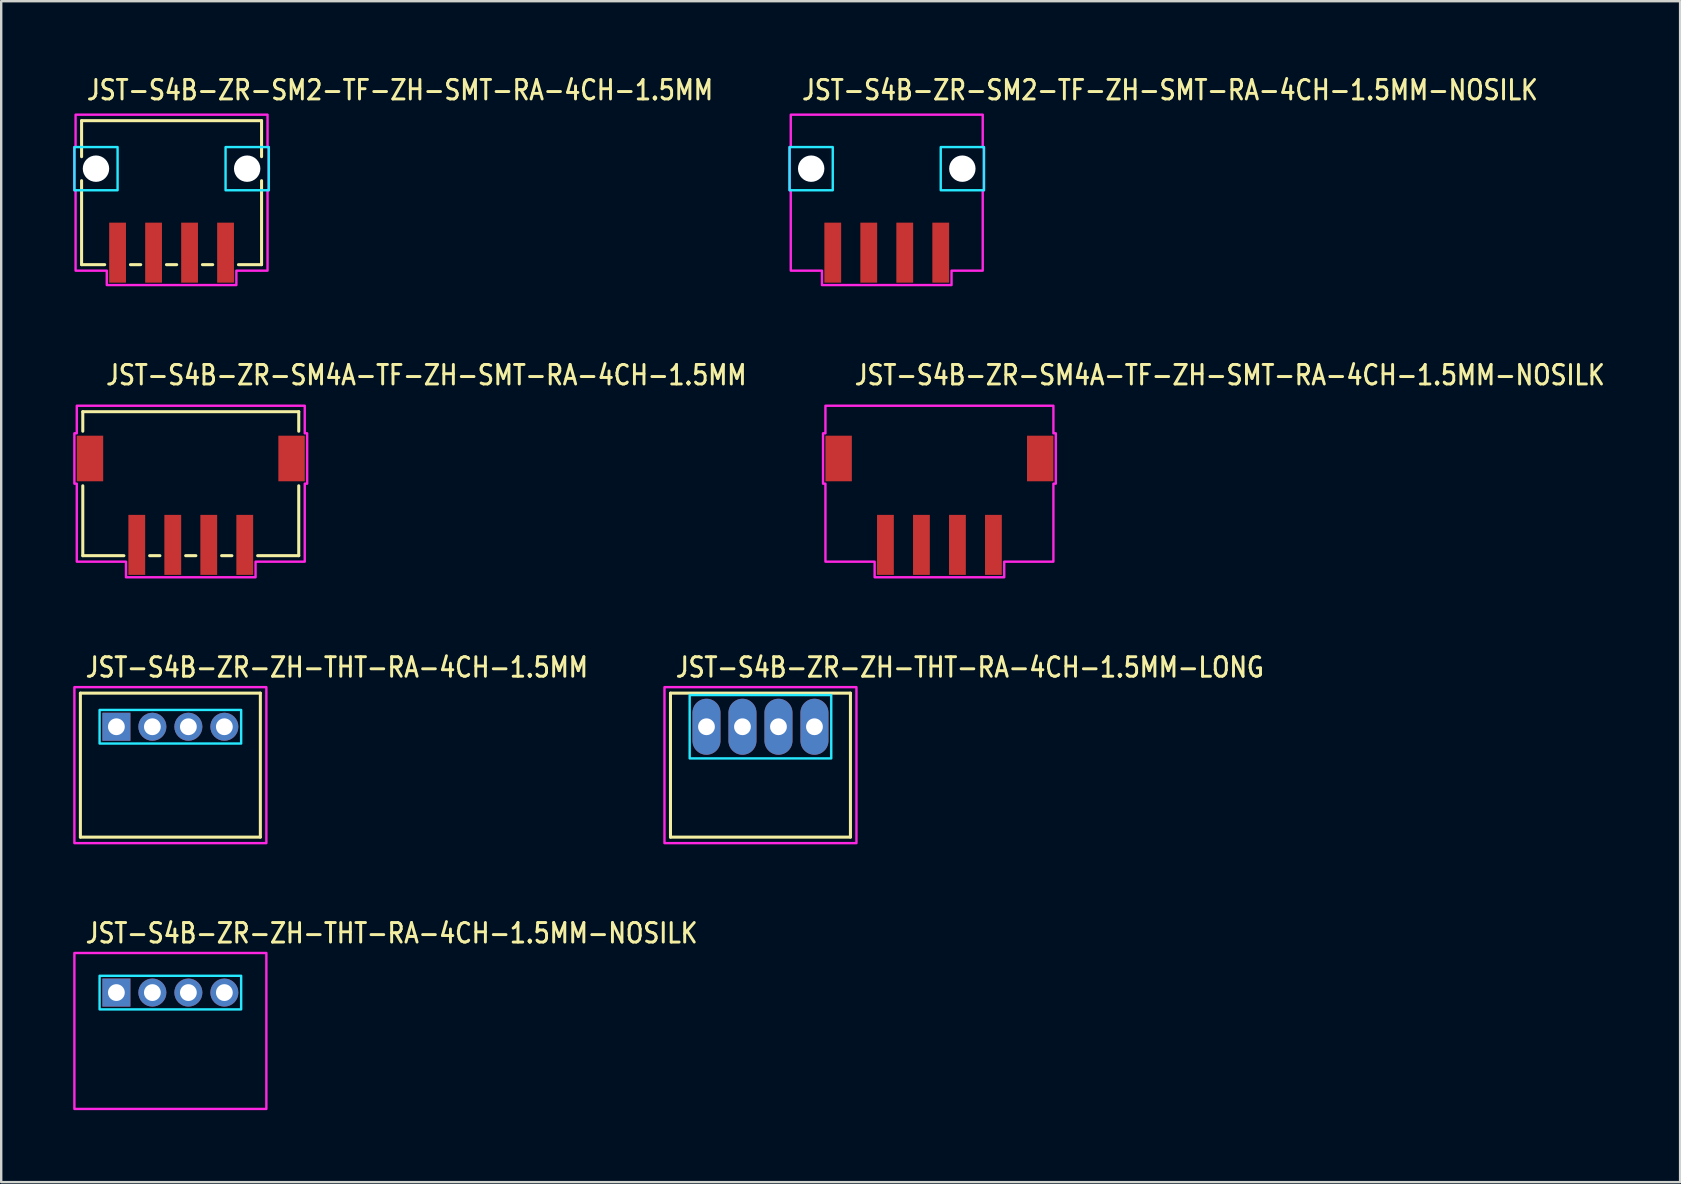
<source format=kicad_pcb>
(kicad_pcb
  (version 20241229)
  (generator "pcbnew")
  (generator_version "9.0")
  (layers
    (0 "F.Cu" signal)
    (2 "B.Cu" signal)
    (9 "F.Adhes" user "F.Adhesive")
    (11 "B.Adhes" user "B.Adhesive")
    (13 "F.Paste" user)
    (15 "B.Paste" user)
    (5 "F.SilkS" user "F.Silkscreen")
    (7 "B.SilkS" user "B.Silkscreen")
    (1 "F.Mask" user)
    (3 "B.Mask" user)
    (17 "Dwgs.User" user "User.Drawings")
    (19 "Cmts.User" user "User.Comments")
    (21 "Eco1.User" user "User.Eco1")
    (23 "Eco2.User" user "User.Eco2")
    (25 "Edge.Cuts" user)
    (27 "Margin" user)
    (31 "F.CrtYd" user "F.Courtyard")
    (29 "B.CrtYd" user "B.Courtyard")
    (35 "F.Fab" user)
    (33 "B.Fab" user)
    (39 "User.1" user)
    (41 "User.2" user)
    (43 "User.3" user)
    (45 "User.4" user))
  (footprint "JST-S4B-ZR-SM4A-TF-ZH-SMT-RA-4CH-1.5MM"
    (layer "F.Cu")
    (at 4.9 16.057)
    (property "Reference" "JST-S4B-ZR-SM4A-TF-ZH-SMT-RA-4CH-1.5MM" (at -3.6 -3 0) (unlocked yes) (layer "F.SilkS") (effects (font (size 0.813 0.695) (thickness 0.122)) (justify left bottom)))
    (fp_line (start -4.5 -1.95) (end -4.5 -1.137) (stroke (width 0.127) (type solid)) (layer "F.SilkS"))
    (fp_line (start -4.5 -1.95) (end 4.5 -1.95) (stroke (width 0.127) (type solid)) (layer "F.SilkS"))
    (fp_line (start -4.5 4.05) (end -4.5 1.137) (stroke (width 0.127) (type solid)) (layer "F.SilkS"))
    (fp_line (start -4.5 4.05) (end -2.787 4.05) (stroke (width 0.127) (type solid)) (layer "F.SilkS"))
    (fp_line (start -1.714 4.05) (end -1.286 4.05) (stroke (width 0.127) (type solid)) (layer "F.SilkS"))
    (fp_line (start -0.213 4.05) (end 0.213 4.05) (stroke (width 0.127) (type solid)) (layer "F.SilkS"))
    (fp_line (start 1.286 4.05) (end 1.714 4.05) (stroke (width 0.127) (type solid)) (layer "F.SilkS"))
    (fp_line (start 2.787 4.05) (end 4.5 4.05) (stroke (width 0.127) (type solid)) (layer "F.SilkS"))
    (fp_line (start 4.5 -1.137) (end 4.5 -1.95) (stroke (width 0.127) (type solid)) (layer "F.SilkS"))
    (fp_line (start 4.5 1.137) (end 4.5 4.05) (stroke (width 0.127) (type solid)) (layer "F.SilkS"))
    (fp_poly (pts (xy -4.75 -2.2) (xy -4.75 -1.05) (xy -4.85 -1.05) (xy -4.85 1.05) (xy -4.75 1.05) (xy -4.75 4.3) (xy -2.7 4.3) (xy -2.7 4.95) (xy 2.7 4.95) (xy 2.7 4.3) (xy 4.75 4.3) (xy 4.75 1.05) (xy 4.85 1.05) (xy 4.85 -1.05) (xy 4.75 -1.05) (xy 4.75 -2.2)) (stroke (width 0.1) (type solid)) (fill no) (layer "F.CrtYd"))
    (pad "P$1" smd rect (at 2.25 3.6) (size 0.7 2.5) (layers "F.Cu" "F.Mask" "F.Paste"))
    (pad "P$2" smd rect (at 0.75 3.6) (size 0.7 2.5) (layers "F.Cu" "F.Mask" "F.Paste"))
    (pad "P$3" smd rect (at -0.75 3.6) (size 0.7 2.5) (layers "F.Cu" "F.Mask" "F.Paste"))
    (pad "P$4" smd rect (at -2.25 3.6) (size 0.7 2.5) (layers "F.Cu" "F.Mask" "F.Paste"))
    (pad "S$1" smd rect (at -4.2 0) (size 1.1 1.9) (layers "F.Cu" "F.Mask" "F.Paste"))
    (pad "S$2" smd rect (at 4.2 0) (size 1.1 1.9) (layers "F.Cu" "F.Mask" "F.Paste")))
  (footprint "JST-S4B-ZR-ZH-THT-RA-4CH-1.5MM"
    (layer "F.Cu")
    (at 4.05 27.236)
    (property "Reference" "JST-S4B-ZR-ZH-THT-RA-4CH-1.5MM" (at -3.6 -2 0) (unlocked yes) (layer "F.SilkS") (effects (font (size 0.813 0.695) (thickness 0.122)) (justify left bottom)))
    (fp_line (start -3.75 -1.4) (end 3.75 -1.4) (stroke (width 0.127) (type solid)) (layer "F.SilkS"))
    (fp_line (start -3.75 4.6) (end -3.75 -1.4) (stroke (width 0.127) (type solid)) (layer "F.SilkS"))
    (fp_line (start -3.75 4.6) (end 3.75 4.6) (stroke (width 0.127) (type solid)) (layer "F.SilkS"))
    (fp_line (start 3.75 -1.4) (end 3.75 4.6) (stroke (width 0.127) (type solid)) (layer "F.SilkS"))
    (fp_poly (pts (xy -2.95 -0.7) (xy -2.95 0.7) (xy 2.95 0.7) (xy 2.95 -0.7)) (stroke (width 0.1) (type solid)) (fill no) (layer "B.CrtYd"))
    (fp_poly (pts (xy -4 -1.65) (xy -4 4.85) (xy 4 4.85) (xy 4 -1.65)) (stroke (width 0.1) (type solid)) (fill no) (layer "F.CrtYd"))
    (pad "P$1" thru_hole rect (at -2.25 0) (size 1.167 1.167) (drill 0.7) (layers "*.Cu" "*.Mask"))
    (pad "P$2" thru_hole oval (at -0.75 0) (size 1.167 1.167) (drill 0.7) (layers "*.Cu" "*.Mask"))
    (pad "P$3" thru_hole oval (at 0.75 0) (size 1.167 1.167) (drill 0.7) (layers "*.Cu" "*.Mask"))
    (pad "P$4" thru_hole oval (at 2.25 0) (size 1.167 1.167) (drill 0.7) (layers "*.Cu" "*.Mask")))
  (footprint "JST-S4B-ZR-SM2-TF-ZH-SMT-RA-4CH-1.5MM-NOSILK"
    (layer "F.Cu")
    (at 33.904 3.979)
    (property "Reference" "JST-S4B-ZR-SM2-TF-ZH-SMT-RA-4CH-1.5MM-NOSILK" (at -3.6 -2.8 0) (unlocked yes) (layer "F.SilkS") (effects (font (size 0.813 0.695) (thickness 0.122)) (justify left bottom)))
    (fp_poly (pts (xy -4.05 -0.9) (xy -4.05 0.9) (xy -2.25 0.9) (xy -2.25 -0.9)) (stroke (width 0.1) (type solid)) (fill no) (layer "B.CrtYd"))
    (fp_poly (pts (xy 4.05 -0.9) (xy 4.05 0.9) (xy 2.25 0.9) (xy 2.25 -0.9)) (stroke (width 0.1) (type solid)) (fill no) (layer "B.CrtYd"))
    (fp_poly (pts (xy -4 -2.25) (xy -4 -0.9) (xy -4.05 -0.9) (xy -4.05 0.9) (xy -4 0.9) (xy -4 4.25) (xy -2.7 4.25) (xy -2.7 4.85) (xy 2.7 4.85) (xy 2.7 4.25) (xy 4 4.25) (xy 4 0.9) (xy 4.05 0.9) (xy 4.05 -0.9) (xy 4 -0.9) (xy 4 -2.25)) (stroke (width 0.1) (type solid)) (fill no) (layer "F.CrtYd"))
    (pad "" np_thru_hole circle (at -3.15 0) (size 1.1 1.1) (drill 1.1) (layers "*.Cu" "*.Mask"))
    (pad "" np_thru_hole circle (at 3.15 0) (size 1.1 1.1) (drill 1.1) (layers "*.Cu" "*.Mask"))
    (pad "P$1" smd rect (at 2.25 3.5) (size 0.7 2.5) (layers "F.Cu" "F.Mask" "F.Paste"))
    (pad "P$2" smd rect (at 0.75 3.5) (size 0.7 2.5) (layers "F.Cu" "F.Mask" "F.Paste"))
    (pad "P$3" smd rect (at -0.75 3.5) (size 0.7 2.5) (layers "F.Cu" "F.Mask" "F.Paste"))
    (pad "P$4" smd rect (at -2.25 3.5) (size 0.7 2.5) (layers "F.Cu" "F.Mask" "F.Paste")))
  (footprint "JST-S4B-ZR-SM4A-TF-ZH-SMT-RA-4CH-1.5MM-NOSILK"
    (layer "F.Cu")
    (at 36.099 16.057)
    (property "Reference" "JST-S4B-ZR-SM4A-TF-ZH-SMT-RA-4CH-1.5MM-NOSILK" (at -3.6 -3 0) (unlocked yes) (layer "F.SilkS") (effects (font (size 0.813 0.695) (thickness 0.122)) (justify left bottom)))
    (fp_poly (pts (xy -4.75 -2.2) (xy -4.75 -1.05) (xy -4.85 -1.05) (xy -4.85 1.05) (xy -4.75 1.05) (xy -4.75 4.3) (xy -2.7 4.3) (xy -2.7 4.95) (xy 2.7 4.95) (xy 2.7 4.3) (xy 4.75 4.3) (xy 4.75 1.05) (xy 4.85 1.05) (xy 4.85 -1.05) (xy 4.75 -1.05) (xy 4.75 -2.2)) (stroke (width 0.1) (type solid)) (fill no) (layer "F.CrtYd"))
    (pad "P$1" smd rect (at 2.25 3.6) (size 0.7 2.5) (layers "F.Cu" "F.Mask" "F.Paste"))
    (pad "P$2" smd rect (at 0.75 3.6) (size 0.7 2.5) (layers "F.Cu" "F.Mask" "F.Paste"))
    (pad "P$3" smd rect (at -0.75 3.6) (size 0.7 2.5) (layers "F.Cu" "F.Mask" "F.Paste"))
    (pad "P$4" smd rect (at -2.25 3.6) (size 0.7 2.5) (layers "F.Cu" "F.Mask" "F.Paste"))
    (pad "S$1" smd rect (at -4.2 0) (size 1.1 1.9) (layers "F.Cu" "F.Mask" "F.Paste"))
    (pad "S$2" smd rect (at 4.2 0) (size 1.1 1.9) (layers "F.Cu" "F.Mask" "F.Paste")))
  (footprint "JST-S4B-ZR-SM2-TF-ZH-SMT-RA-4CH-1.5MM"
    (layer "F.Cu")
    (at 4.1 3.979)
    (property "Reference" "JST-S4B-ZR-SM2-TF-ZH-SMT-RA-4CH-1.5MM" (at -3.6 -2.8 0) (unlocked yes) (layer "F.SilkS") (effects (font (size 0.813 0.695) (thickness 0.122)) (justify left bottom)))
    (fp_line (start -3.75 -2) (end -3.75 -0.5) (stroke (width 0.127) (type solid)) (layer "F.SilkS"))
    (fp_line (start -3.75 -2) (end 3.75 -2) (stroke (width 0.127) (type solid)) (layer "F.SilkS"))
    (fp_line (start -3.75 4) (end -3.75 0.5) (stroke (width 0.127) (type solid)) (layer "F.SilkS"))
    (fp_line (start -3.75 4) (end -2.787 4) (stroke (width 0.127) (type solid)) (layer "F.SilkS"))
    (fp_line (start -1.714 4) (end -1.286 4) (stroke (width 0.127) (type solid)) (layer "F.SilkS"))
    (fp_line (start -0.213 4) (end 0.213 4) (stroke (width 0.127) (type solid)) (layer "F.SilkS"))
    (fp_line (start 1.286 4) (end 1.714 4) (stroke (width 0.127) (type solid)) (layer "F.SilkS"))
    (fp_line (start 2.787 4) (end 3.75 4) (stroke (width 0.127) (type solid)) (layer "F.SilkS"))
    (fp_line (start 3.75 -0.5) (end 3.75 -2) (stroke (width 0.127) (type solid)) (layer "F.SilkS"))
    (fp_line (start 3.75 0.5) (end 3.75 4) (stroke (width 0.127) (type solid)) (layer "F.SilkS"))
    (fp_poly (pts (xy -4.05 -0.9) (xy -4.05 0.9) (xy -2.25 0.9) (xy -2.25 -0.9)) (stroke (width 0.1) (type solid)) (fill no) (layer "B.CrtYd"))
    (fp_poly (pts (xy 4.05 -0.9) (xy 4.05 0.9) (xy 2.25 0.9) (xy 2.25 -0.9)) (stroke (width 0.1) (type solid)) (fill no) (layer "B.CrtYd"))
    (fp_poly (pts (xy -4 -2.25) (xy -4 -0.9) (xy -4.05 -0.9) (xy -4.05 0.9) (xy -4 0.9) (xy -4 4.25) (xy -2.7 4.25) (xy -2.7 4.85) (xy 2.7 4.85) (xy 2.7 4.25) (xy 4 4.25) (xy 4 0.9) (xy 4.05 0.9) (xy 4.05 -0.9) (xy 4 -0.9) (xy 4 -2.25)) (stroke (width 0.1) (type solid)) (fill no) (layer "F.CrtYd"))
    (pad "" np_thru_hole circle (at -3.15 0) (size 1.1 1.1) (drill 1.1) (layers "*.Cu" "*.Mask"))
    (pad "" np_thru_hole circle (at 3.15 0) (size 1.1 1.1) (drill 1.1) (layers "*.Cu" "*.Mask"))
    (pad "P$1" smd rect (at 2.25 3.5) (size 0.7 2.5) (layers "F.Cu" "F.Mask" "F.Paste"))
    (pad "P$2" smd rect (at 0.75 3.5) (size 0.7 2.5) (layers "F.Cu" "F.Mask" "F.Paste"))
    (pad "P$3" smd rect (at -0.75 3.5) (size 0.7 2.5) (layers "F.Cu" "F.Mask" "F.Paste"))
    (pad "P$4" smd rect (at -2.25 3.5) (size 0.7 2.5) (layers "F.Cu" "F.Mask" "F.Paste")))
  (footprint "JST-S4B-ZR-ZH-THT-RA-4CH-1.5MM-LONG"
    (layer "F.Cu")
    (at 28.641 27.236)
    (property "Reference" "JST-S4B-ZR-ZH-THT-RA-4CH-1.5MM-LONG" (at -3.6 -2 0) (unlocked yes) (layer "F.SilkS") (effects (font (size 0.813 0.695) (thickness 0.122)) (justify left bottom)))
    (fp_line (start -3.75 -1.4) (end 3.75 -1.4) (stroke (width 0.127) (type solid)) (layer "F.SilkS"))
    (fp_line (start -3.75 4.6) (end -3.75 -1.4) (stroke (width 0.127) (type solid)) (layer "F.SilkS"))
    (fp_line (start -3.75 4.6) (end 3.75 4.6) (stroke (width 0.127) (type solid)) (layer "F.SilkS"))
    (fp_line (start 3.75 -1.4) (end 3.75 4.6) (stroke (width 0.127) (type solid)) (layer "F.SilkS"))
    (fp_poly (pts (xy -2.95 -1.32) (xy -2.95 1.32) (xy 2.95 1.32) (xy 2.95 -1.32)) (stroke (width 0.1) (type solid)) (fill no) (layer "B.CrtYd"))
    (fp_poly (pts (xy -4 -1.65) (xy -4 4.85) (xy 4 4.85) (xy 4 -1.65)) (stroke (width 0.1) (type solid)) (fill no) (layer "F.CrtYd"))
    (pad "P$1" thru_hole oval (at -2.25 0 90) (size 2.333 1.167) (drill 0.7) (layers "*.Cu" "*.Mask"))
    (pad "P$2" thru_hole oval (at -0.75 0 90) (size 2.333 1.167) (drill 0.7) (layers "*.Cu" "*.Mask"))
    (pad "P$3" thru_hole oval (at 0.75 0 90) (size 2.333 1.167) (drill 0.7) (layers "*.Cu" "*.Mask"))
    (pad "P$4" thru_hole oval (at 2.25 0 90) (size 2.333 1.167) (drill 0.7) (layers "*.Cu" "*.Mask")))
  (footprint "JST-S4B-ZR-ZH-THT-RA-4CH-1.5MM-NOSILK"
    (layer "F.Cu")
    (at 4.05 38.314)
    (property "Reference" "JST-S4B-ZR-ZH-THT-RA-4CH-1.5MM-NOSILK" (at -3.6 -2 0) (unlocked yes) (layer "F.SilkS") (effects (font (size 0.813 0.695) (thickness 0.122)) (justify left bottom)))
    (fp_poly (pts (xy -2.95 -0.7) (xy -2.95 0.7) (xy 2.95 0.7) (xy 2.95 -0.7)) (stroke (width 0.1) (type solid)) (fill no) (layer "B.CrtYd"))
    (fp_poly (pts (xy -4 -1.65) (xy -4 4.85) (xy 4 4.85) (xy 4 -1.65)) (stroke (width 0.1) (type solid)) (fill no) (layer "F.CrtYd"))
    (pad "P$1" thru_hole rect (at -2.25 0) (size 1.167 1.167) (drill 0.7) (layers "*.Cu" "*.Mask"))
    (pad "P$2" thru_hole oval (at -0.75 0) (size 1.167 1.167) (drill 0.7) (layers "*.Cu" "*.Mask"))
    (pad "P$3" thru_hole oval (at 0.75 0) (size 1.167 1.167) (drill 0.7) (layers "*.Cu" "*.Mask"))
    (pad "P$4" thru_hole oval (at 2.25 0) (size 1.167 1.167) (drill 0.7) (layers "*.Cu" "*.Mask")))
  (gr_rect
    (start -3 -3)
    (end 66.966 46.214)
    (stroke (width 0.1) (type default))
    (fill no)
    (layer "Edge.Cuts")))
</source>
